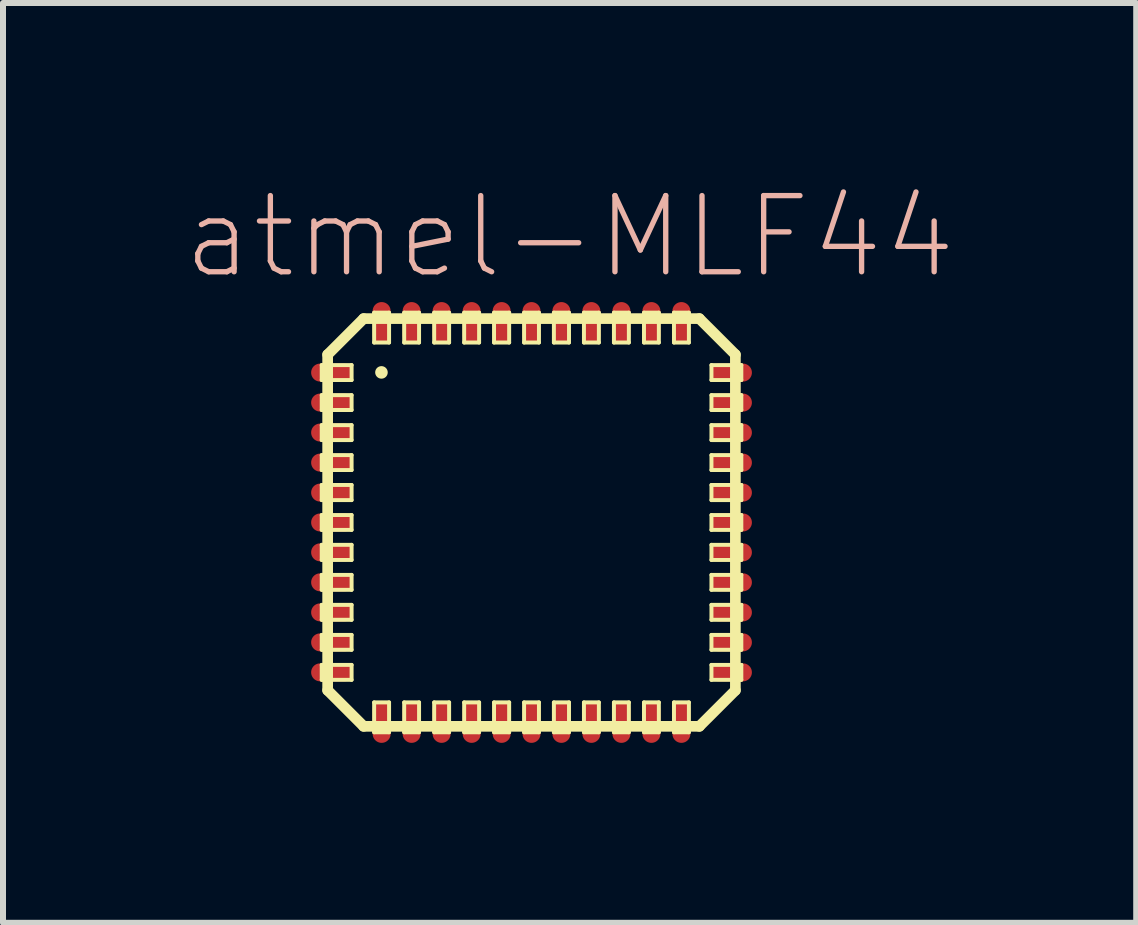
<source format=kicad_pcb>
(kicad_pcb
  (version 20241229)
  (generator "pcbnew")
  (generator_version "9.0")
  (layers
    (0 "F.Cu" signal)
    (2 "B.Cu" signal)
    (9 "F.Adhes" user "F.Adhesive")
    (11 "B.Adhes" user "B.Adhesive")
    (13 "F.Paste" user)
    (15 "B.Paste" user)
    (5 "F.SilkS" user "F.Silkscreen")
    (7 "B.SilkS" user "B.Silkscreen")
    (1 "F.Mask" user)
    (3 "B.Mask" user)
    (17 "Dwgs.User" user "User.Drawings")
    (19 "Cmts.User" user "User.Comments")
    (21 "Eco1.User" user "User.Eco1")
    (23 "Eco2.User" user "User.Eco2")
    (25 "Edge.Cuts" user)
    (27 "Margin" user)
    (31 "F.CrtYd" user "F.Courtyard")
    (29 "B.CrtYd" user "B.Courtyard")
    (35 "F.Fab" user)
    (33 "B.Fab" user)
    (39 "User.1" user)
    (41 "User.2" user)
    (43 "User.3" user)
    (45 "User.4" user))
  (footprint "atmel-MLF44"
    (layer "F.Cu")
    (at 5.812 5.661)
    (property "Reference" "atmel-MLF44" (at 0.635 -4.763 0) (layer "B.SilkS") (effects (font (size 1.27 1.27) (thickness 0.089))))
    (attr smd)
    (fp_line (start -3.498 -2.624) (end -3 -2.624) (stroke (width 0.066) (type solid)) (layer "F.SilkS"))
    (fp_line (start -3.498 -2.375) (end -3.498 -2.624) (stroke (width 0.066) (type solid)) (layer "F.SilkS"))
    (fp_line (start -3.498 -2.375) (end -3 -2.375) (stroke (width 0.066) (type solid)) (layer "F.SilkS"))
    (fp_line (start -3.498 -2.123) (end -3 -2.123) (stroke (width 0.066) (type solid)) (layer "F.SilkS"))
    (fp_line (start -3.498 -1.875) (end -3.498 -2.123) (stroke (width 0.066) (type solid)) (layer "F.SilkS"))
    (fp_line (start -3.498 -1.875) (end -3 -1.875) (stroke (width 0.066) (type solid)) (layer "F.SilkS"))
    (fp_line (start -3.498 -1.623) (end -3 -1.623) (stroke (width 0.066) (type solid)) (layer "F.SilkS"))
    (fp_line (start -3.498 -1.374) (end -3.498 -1.623) (stroke (width 0.066) (type solid)) (layer "F.SilkS"))
    (fp_line (start -3.498 -1.374) (end -3 -1.374) (stroke (width 0.066) (type solid)) (layer "F.SilkS"))
    (fp_line (start -3.498 -1.123) (end -3 -1.123) (stroke (width 0.066) (type solid)) (layer "F.SilkS"))
    (fp_line (start -3.498 -0.874) (end -3.498 -1.123) (stroke (width 0.066) (type solid)) (layer "F.SilkS"))
    (fp_line (start -3.498 -0.874) (end -3 -0.874) (stroke (width 0.066) (type solid)) (layer "F.SilkS"))
    (fp_line (start -3.498 -0.625) (end -3 -0.625) (stroke (width 0.066) (type solid)) (layer "F.SilkS"))
    (fp_line (start -3.498 -0.373) (end -3.498 -0.625) (stroke (width 0.066) (type solid)) (layer "F.SilkS"))
    (fp_line (start -3.498 -0.373) (end -3 -0.373) (stroke (width 0.066) (type solid)) (layer "F.SilkS"))
    (fp_line (start -3.498 -0.124) (end -3 -0.124) (stroke (width 0.066) (type solid)) (layer "F.SilkS"))
    (fp_line (start -3.498 0.124) (end -3.498 -0.124) (stroke (width 0.066) (type solid)) (layer "F.SilkS"))
    (fp_line (start -3.498 0.124) (end -3 0.124) (stroke (width 0.066) (type solid)) (layer "F.SilkS"))
    (fp_line (start -3.498 0.373) (end -3 0.373) (stroke (width 0.066) (type solid)) (layer "F.SilkS"))
    (fp_line (start -3.498 0.625) (end -3.498 0.373) (stroke (width 0.066) (type solid)) (layer "F.SilkS"))
    (fp_line (start -3.498 0.625) (end -3 0.625) (stroke (width 0.066) (type solid)) (layer "F.SilkS"))
    (fp_line (start -3.498 0.874) (end -3 0.874) (stroke (width 0.066) (type solid)) (layer "F.SilkS"))
    (fp_line (start -3.498 1.123) (end -3.498 0.874) (stroke (width 0.066) (type solid)) (layer "F.SilkS"))
    (fp_line (start -3.498 1.123) (end -3 1.123) (stroke (width 0.066) (type solid)) (layer "F.SilkS"))
    (fp_line (start -3.498 1.374) (end -3 1.374) (stroke (width 0.066) (type solid)) (layer "F.SilkS"))
    (fp_line (start -3.498 1.623) (end -3.498 1.374) (stroke (width 0.066) (type solid)) (layer "F.SilkS"))
    (fp_line (start -3.498 1.623) (end -3 1.623) (stroke (width 0.066) (type solid)) (layer "F.SilkS"))
    (fp_line (start -3.498 1.875) (end -3 1.875) (stroke (width 0.066) (type solid)) (layer "F.SilkS"))
    (fp_line (start -3.498 2.123) (end -3.498 1.875) (stroke (width 0.066) (type solid)) (layer "F.SilkS"))
    (fp_line (start -3.498 2.123) (end -3 2.123) (stroke (width 0.066) (type solid)) (layer "F.SilkS"))
    (fp_line (start -3.498 2.375) (end -3 2.375) (stroke (width 0.066) (type solid)) (layer "F.SilkS"))
    (fp_line (start -3.498 2.624) (end -3.498 2.375) (stroke (width 0.066) (type solid)) (layer "F.SilkS"))
    (fp_line (start -3.498 2.624) (end -3 2.624) (stroke (width 0.066) (type solid)) (layer "F.SilkS"))
    (fp_line (start -3.399 -2.799) (end -2.799 -3.399) (stroke (width 0.178) (type solid)) (layer "F.SilkS"))
    (fp_line (start -3.399 2.799) (end -3.399 -2.799) (stroke (width 0.178) (type solid)) (layer "F.SilkS"))
    (fp_line (start -3 -2.375) (end -3 -2.624) (stroke (width 0.066) (type solid)) (layer "F.SilkS"))
    (fp_line (start -3 -1.875) (end -3 -2.123) (stroke (width 0.066) (type solid)) (layer "F.SilkS"))
    (fp_line (start -3 -1.374) (end -3 -1.623) (stroke (width 0.066) (type solid)) (layer "F.SilkS"))
    (fp_line (start -3 -0.874) (end -3 -1.123) (stroke (width 0.066) (type solid)) (layer "F.SilkS"))
    (fp_line (start -3 -0.373) (end -3 -0.625) (stroke (width 0.066) (type solid)) (layer "F.SilkS"))
    (fp_line (start -3 0.124) (end -3 -0.124) (stroke (width 0.066) (type solid)) (layer "F.SilkS"))
    (fp_line (start -3 0.625) (end -3 0.373) (stroke (width 0.066) (type solid)) (layer "F.SilkS"))
    (fp_line (start -3 1.123) (end -3 0.874) (stroke (width 0.066) (type solid)) (layer "F.SilkS"))
    (fp_line (start -3 1.623) (end -3 1.374) (stroke (width 0.066) (type solid)) (layer "F.SilkS"))
    (fp_line (start -3 2.123) (end -3 1.875) (stroke (width 0.066) (type solid)) (layer "F.SilkS"))
    (fp_line (start -3 2.624) (end -3 2.375) (stroke (width 0.066) (type solid)) (layer "F.SilkS"))
    (fp_line (start -2.799 -3.399) (end 2.799 -3.399) (stroke (width 0.178) (type solid)) (layer "F.SilkS"))
    (fp_line (start -2.799 3.399) (end -3.399 2.799) (stroke (width 0.178) (type solid)) (layer "F.SilkS"))
    (fp_line (start -2.624 -3.498) (end -2.375 -3.498) (stroke (width 0.066) (type solid)) (layer "F.SilkS"))
    (fp_line (start -2.624 -3) (end -2.624 -3.498) (stroke (width 0.066) (type solid)) (layer "F.SilkS"))
    (fp_line (start -2.624 -3) (end -2.375 -3) (stroke (width 0.066) (type solid)) (layer "F.SilkS"))
    (fp_line (start -2.624 3) (end -2.375 3) (stroke (width 0.066) (type solid)) (layer "F.SilkS"))
    (fp_line (start -2.624 3.498) (end -2.624 3) (stroke (width 0.066) (type solid)) (layer "F.SilkS"))
    (fp_line (start -2.624 3.498) (end -2.375 3.498) (stroke (width 0.066) (type solid)) (layer "F.SilkS"))
    (fp_line (start -2.375 -3) (end -2.375 -3.498) (stroke (width 0.066) (type solid)) (layer "F.SilkS"))
    (fp_line (start -2.375 3.498) (end -2.375 3) (stroke (width 0.066) (type solid)) (layer "F.SilkS"))
    (fp_line (start -2.123 -3.498) (end -1.875 -3.498) (stroke (width 0.066) (type solid)) (layer "F.SilkS"))
    (fp_line (start -2.123 -3) (end -2.123 -3.498) (stroke (width 0.066) (type solid)) (layer "F.SilkS"))
    (fp_line (start -2.123 -3) (end -1.875 -3) (stroke (width 0.066) (type solid)) (layer "F.SilkS"))
    (fp_line (start -2.123 3) (end -1.875 3) (stroke (width 0.066) (type solid)) (layer "F.SilkS"))
    (fp_line (start -2.123 3.498) (end -2.123 3) (stroke (width 0.066) (type solid)) (layer "F.SilkS"))
    (fp_line (start -2.123 3.498) (end -1.875 3.498) (stroke (width 0.066) (type solid)) (layer "F.SilkS"))
    (fp_line (start -1.875 -3) (end -1.875 -3.498) (stroke (width 0.066) (type solid)) (layer "F.SilkS"))
    (fp_line (start -1.875 3.498) (end -1.875 3) (stroke (width 0.066) (type solid)) (layer "F.SilkS"))
    (fp_line (start -1.623 -3.498) (end -1.374 -3.498) (stroke (width 0.066) (type solid)) (layer "F.SilkS"))
    (fp_line (start -1.623 -3) (end -1.623 -3.498) (stroke (width 0.066) (type solid)) (layer "F.SilkS"))
    (fp_line (start -1.623 -3) (end -1.374 -3) (stroke (width 0.066) (type solid)) (layer "F.SilkS"))
    (fp_line (start -1.623 3) (end -1.374 3) (stroke (width 0.066) (type solid)) (layer "F.SilkS"))
    (fp_line (start -1.623 3.498) (end -1.623 3) (stroke (width 0.066) (type solid)) (layer "F.SilkS"))
    (fp_line (start -1.623 3.498) (end -1.374 3.498) (stroke (width 0.066) (type solid)) (layer "F.SilkS"))
    (fp_line (start -1.374 -3) (end -1.374 -3.498) (stroke (width 0.066) (type solid)) (layer "F.SilkS"))
    (fp_line (start -1.374 3.498) (end -1.374 3) (stroke (width 0.066) (type solid)) (layer "F.SilkS"))
    (fp_line (start -1.123 -3.498) (end -0.874 -3.498) (stroke (width 0.066) (type solid)) (layer "F.SilkS"))
    (fp_line (start -1.123 -3) (end -1.123 -3.498) (stroke (width 0.066) (type solid)) (layer "F.SilkS"))
    (fp_line (start -1.123 -3) (end -0.874 -3) (stroke (width 0.066) (type solid)) (layer "F.SilkS"))
    (fp_line (start -1.123 3) (end -0.874 3) (stroke (width 0.066) (type solid)) (layer "F.SilkS"))
    (fp_line (start -1.123 3.498) (end -1.123 3) (stroke (width 0.066) (type solid)) (layer "F.SilkS"))
    (fp_line (start -1.123 3.498) (end -0.874 3.498) (stroke (width 0.066) (type solid)) (layer "F.SilkS"))
    (fp_line (start -0.874 -3) (end -0.874 -3.498) (stroke (width 0.066) (type solid)) (layer "F.SilkS"))
    (fp_line (start -0.874 3.498) (end -0.874 3) (stroke (width 0.066) (type solid)) (layer "F.SilkS"))
    (fp_line (start -0.625 -3.498) (end -0.373 -3.498) (stroke (width 0.066) (type solid)) (layer "F.SilkS"))
    (fp_line (start -0.625 -3) (end -0.625 -3.498) (stroke (width 0.066) (type solid)) (layer "F.SilkS"))
    (fp_line (start -0.625 -3) (end -0.373 -3) (stroke (width 0.066) (type solid)) (layer "F.SilkS"))
    (fp_line (start -0.625 3) (end -0.373 3) (stroke (width 0.066) (type solid)) (layer "F.SilkS"))
    (fp_line (start -0.625 3.498) (end -0.625 3) (stroke (width 0.066) (type solid)) (layer "F.SilkS"))
    (fp_line (start -0.625 3.498) (end -0.373 3.498) (stroke (width 0.066) (type solid)) (layer "F.SilkS"))
    (fp_line (start -0.373 -3) (end -0.373 -3.498) (stroke (width 0.066) (type solid)) (layer "F.SilkS"))
    (fp_line (start -0.373 3.498) (end -0.373 3) (stroke (width 0.066) (type solid)) (layer "F.SilkS"))
    (fp_line (start -0.124 -3.498) (end 0.124 -3.498) (stroke (width 0.066) (type solid)) (layer "F.SilkS"))
    (fp_line (start -0.124 -3) (end -0.124 -3.498) (stroke (width 0.066) (type solid)) (layer "F.SilkS"))
    (fp_line (start -0.124 -3) (end 0.124 -3) (stroke (width 0.066) (type solid)) (layer "F.SilkS"))
    (fp_line (start -0.124 3) (end 0.124 3) (stroke (width 0.066) (type solid)) (layer "F.SilkS"))
    (fp_line (start -0.124 3.498) (end -0.124 3) (stroke (width 0.066) (type solid)) (layer "F.SilkS"))
    (fp_line (start -0.124 3.498) (end 0.124 3.498) (stroke (width 0.066) (type solid)) (layer "F.SilkS"))
    (fp_line (start 0.124 -3) (end 0.124 -3.498) (stroke (width 0.066) (type solid)) (layer "F.SilkS"))
    (fp_line (start 0.124 3.498) (end 0.124 3) (stroke (width 0.066) (type solid)) (layer "F.SilkS"))
    (fp_line (start 0.373 -3.498) (end 0.625 -3.498) (stroke (width 0.066) (type solid)) (layer "F.SilkS"))
    (fp_line (start 0.373 -3) (end 0.373 -3.498) (stroke (width 0.066) (type solid)) (layer "F.SilkS"))
    (fp_line (start 0.373 -3) (end 0.625 -3) (stroke (width 0.066) (type solid)) (layer "F.SilkS"))
    (fp_line (start 0.373 3) (end 0.625 3) (stroke (width 0.066) (type solid)) (layer "F.SilkS"))
    (fp_line (start 0.373 3.498) (end 0.373 3) (stroke (width 0.066) (type solid)) (layer "F.SilkS"))
    (fp_line (start 0.373 3.498) (end 0.625 3.498) (stroke (width 0.066) (type solid)) (layer "F.SilkS"))
    (fp_line (start 0.625 -3) (end 0.625 -3.498) (stroke (width 0.066) (type solid)) (layer "F.SilkS"))
    (fp_line (start 0.625 3.498) (end 0.625 3) (stroke (width 0.066) (type solid)) (layer "F.SilkS"))
    (fp_line (start 0.874 -3.498) (end 1.123 -3.498) (stroke (width 0.066) (type solid)) (layer "F.SilkS"))
    (fp_line (start 0.874 -3) (end 0.874 -3.498) (stroke (width 0.066) (type solid)) (layer "F.SilkS"))
    (fp_line (start 0.874 -3) (end 1.123 -3) (stroke (width 0.066) (type solid)) (layer "F.SilkS"))
    (fp_line (start 0.874 3) (end 1.123 3) (stroke (width 0.066) (type solid)) (layer "F.SilkS"))
    (fp_line (start 0.874 3.498) (end 0.874 3) (stroke (width 0.066) (type solid)) (layer "F.SilkS"))
    (fp_line (start 0.874 3.498) (end 1.123 3.498) (stroke (width 0.066) (type solid)) (layer "F.SilkS"))
    (fp_line (start 1.123 -3) (end 1.123 -3.498) (stroke (width 0.066) (type solid)) (layer "F.SilkS"))
    (fp_line (start 1.123 3.498) (end 1.123 3) (stroke (width 0.066) (type solid)) (layer "F.SilkS"))
    (fp_line (start 1.374 -3.498) (end 1.623 -3.498) (stroke (width 0.066) (type solid)) (layer "F.SilkS"))
    (fp_line (start 1.374 -3) (end 1.374 -3.498) (stroke (width 0.066) (type solid)) (layer "F.SilkS"))
    (fp_line (start 1.374 -3) (end 1.623 -3) (stroke (width 0.066) (type solid)) (layer "F.SilkS"))
    (fp_line (start 1.374 3) (end 1.623 3) (stroke (width 0.066) (type solid)) (layer "F.SilkS"))
    (fp_line (start 1.374 3.498) (end 1.374 3) (stroke (width 0.066) (type solid)) (layer "F.SilkS"))
    (fp_line (start 1.374 3.498) (end 1.623 3.498) (stroke (width 0.066) (type solid)) (layer "F.SilkS"))
    (fp_line (start 1.623 -3) (end 1.623 -3.498) (stroke (width 0.066) (type solid)) (layer "F.SilkS"))
    (fp_line (start 1.623 3.498) (end 1.623 3) (stroke (width 0.066) (type solid)) (layer "F.SilkS"))
    (fp_line (start 1.875 -3.498) (end 2.123 -3.498) (stroke (width 0.066) (type solid)) (layer "F.SilkS"))
    (fp_line (start 1.875 -3) (end 1.875 -3.498) (stroke (width 0.066) (type solid)) (layer "F.SilkS"))
    (fp_line (start 1.875 -3) (end 2.123 -3) (stroke (width 0.066) (type solid)) (layer "F.SilkS"))
    (fp_line (start 1.875 3) (end 2.123 3) (stroke (width 0.066) (type solid)) (layer "F.SilkS"))
    (fp_line (start 1.875 3.498) (end 1.875 3) (stroke (width 0.066) (type solid)) (layer "F.SilkS"))
    (fp_line (start 1.875 3.498) (end 2.123 3.498) (stroke (width 0.066) (type solid)) (layer "F.SilkS"))
    (fp_line (start 2.123 -3) (end 2.123 -3.498) (stroke (width 0.066) (type solid)) (layer "F.SilkS"))
    (fp_line (start 2.123 3.498) (end 2.123 3) (stroke (width 0.066) (type solid)) (layer "F.SilkS"))
    (fp_line (start 2.375 -3.498) (end 2.624 -3.498) (stroke (width 0.066) (type solid)) (layer "F.SilkS"))
    (fp_line (start 2.375 -3) (end 2.375 -3.498) (stroke (width 0.066) (type solid)) (layer "F.SilkS"))
    (fp_line (start 2.375 -3) (end 2.624 -3) (stroke (width 0.066) (type solid)) (layer "F.SilkS"))
    (fp_line (start 2.375 3) (end 2.624 3) (stroke (width 0.066) (type solid)) (layer "F.SilkS"))
    (fp_line (start 2.375 3.498) (end 2.375 3) (stroke (width 0.066) (type solid)) (layer "F.SilkS"))
    (fp_line (start 2.375 3.498) (end 2.624 3.498) (stroke (width 0.066) (type solid)) (layer "F.SilkS"))
    (fp_line (start 2.624 -3) (end 2.624 -3.498) (stroke (width 0.066) (type solid)) (layer "F.SilkS"))
    (fp_line (start 2.624 3.498) (end 2.624 3) (stroke (width 0.066) (type solid)) (layer "F.SilkS"))
    (fp_line (start 2.799 -3.399) (end 3.399 -2.799) (stroke (width 0.178) (type solid)) (layer "F.SilkS"))
    (fp_line (start 2.799 3.399) (end -2.799 3.399) (stroke (width 0.178) (type solid)) (layer "F.SilkS"))
    (fp_line (start 3 -2.624) (end 3.498 -2.624) (stroke (width 0.066) (type solid)) (layer "F.SilkS"))
    (fp_line (start 3 -2.375) (end 3 -2.624) (stroke (width 0.066) (type solid)) (layer "F.SilkS"))
    (fp_line (start 3 -2.375) (end 3.498 -2.375) (stroke (width 0.066) (type solid)) (layer "F.SilkS"))
    (fp_line (start 3 -2.123) (end 3.498 -2.123) (stroke (width 0.066) (type solid)) (layer "F.SilkS"))
    (fp_line (start 3 -1.875) (end 3 -2.123) (stroke (width 0.066) (type solid)) (layer "F.SilkS"))
    (fp_line (start 3 -1.875) (end 3.498 -1.875) (stroke (width 0.066) (type solid)) (layer "F.SilkS"))
    (fp_line (start 3 -1.623) (end 3.498 -1.623) (stroke (width 0.066) (type solid)) (layer "F.SilkS"))
    (fp_line (start 3 -1.374) (end 3 -1.623) (stroke (width 0.066) (type solid)) (layer "F.SilkS"))
    (fp_line (start 3 -1.374) (end 3.498 -1.374) (stroke (width 0.066) (type solid)) (layer "F.SilkS"))
    (fp_line (start 3 -1.123) (end 3.498 -1.123) (stroke (width 0.066) (type solid)) (layer "F.SilkS"))
    (fp_line (start 3 -0.874) (end 3 -1.123) (stroke (width 0.066) (type solid)) (layer "F.SilkS"))
    (fp_line (start 3 -0.874) (end 3.498 -0.874) (stroke (width 0.066) (type solid)) (layer "F.SilkS"))
    (fp_line (start 3 -0.625) (end 3.498 -0.625) (stroke (width 0.066) (type solid)) (layer "F.SilkS"))
    (fp_line (start 3 -0.373) (end 3 -0.625) (stroke (width 0.066) (type solid)) (layer "F.SilkS"))
    (fp_line (start 3 -0.373) (end 3.498 -0.373) (stroke (width 0.066) (type solid)) (layer "F.SilkS"))
    (fp_line (start 3 -0.124) (end 3.498 -0.124) (stroke (width 0.066) (type solid)) (layer "F.SilkS"))
    (fp_line (start 3 0.124) (end 3 -0.124) (stroke (width 0.066) (type solid)) (layer "F.SilkS"))
    (fp_line (start 3 0.124) (end 3.498 0.124) (stroke (width 0.066) (type solid)) (layer "F.SilkS"))
    (fp_line (start 3 0.373) (end 3.498 0.373) (stroke (width 0.066) (type solid)) (layer "F.SilkS"))
    (fp_line (start 3 0.625) (end 3 0.373) (stroke (width 0.066) (type solid)) (layer "F.SilkS"))
    (fp_line (start 3 0.625) (end 3.498 0.625) (stroke (width 0.066) (type solid)) (layer "F.SilkS"))
    (fp_line (start 3 0.874) (end 3.498 0.874) (stroke (width 0.066) (type solid)) (layer "F.SilkS"))
    (fp_line (start 3 1.123) (end 3 0.874) (stroke (width 0.066) (type solid)) (layer "F.SilkS"))
    (fp_line (start 3 1.123) (end 3.498 1.123) (stroke (width 0.066) (type solid)) (layer "F.SilkS"))
    (fp_line (start 3 1.374) (end 3.498 1.374) (stroke (width 0.066) (type solid)) (layer "F.SilkS"))
    (fp_line (start 3 1.623) (end 3 1.374) (stroke (width 0.066) (type solid)) (layer "F.SilkS"))
    (fp_line (start 3 1.623) (end 3.498 1.623) (stroke (width 0.066) (type solid)) (layer "F.SilkS"))
    (fp_line (start 3 1.875) (end 3.498 1.875) (stroke (width 0.066) (type solid)) (layer "F.SilkS"))
    (fp_line (start 3 2.123) (end 3 1.875) (stroke (width 0.066) (type solid)) (layer "F.SilkS"))
    (fp_line (start 3 2.123) (end 3.498 2.123) (stroke (width 0.066) (type solid)) (layer "F.SilkS"))
    (fp_line (start 3 2.375) (end 3.498 2.375) (stroke (width 0.066) (type solid)) (layer "F.SilkS"))
    (fp_line (start 3 2.624) (end 3 2.375) (stroke (width 0.066) (type solid)) (layer "F.SilkS"))
    (fp_line (start 3 2.624) (end 3.498 2.624) (stroke (width 0.066) (type solid)) (layer "F.SilkS"))
    (fp_line (start 3.399 -2.799) (end 3.399 2.799) (stroke (width 0.178) (type solid)) (layer "F.SilkS"))
    (fp_line (start 3.399 2.799) (end 2.799 3.399) (stroke (width 0.178) (type solid)) (layer "F.SilkS"))
    (fp_line (start 3.498 -2.375) (end 3.498 -2.624) (stroke (width 0.066) (type solid)) (layer "F.SilkS"))
    (fp_line (start 3.498 -1.875) (end 3.498 -2.123) (stroke (width 0.066) (type solid)) (layer "F.SilkS"))
    (fp_line (start 3.498 -1.374) (end 3.498 -1.623) (stroke (width 0.066) (type solid)) (layer "F.SilkS"))
    (fp_line (start 3.498 -0.874) (end 3.498 -1.123) (stroke (width 0.066) (type solid)) (layer "F.SilkS"))
    (fp_line (start 3.498 -0.373) (end 3.498 -0.625) (stroke (width 0.066) (type solid)) (layer "F.SilkS"))
    (fp_line (start 3.498 0.124) (end 3.498 -0.124) (stroke (width 0.066) (type solid)) (layer "F.SilkS"))
    (fp_line (start 3.498 0.625) (end 3.498 0.373) (stroke (width 0.066) (type solid)) (layer "F.SilkS"))
    (fp_line (start 3.498 1.123) (end 3.498 0.874) (stroke (width 0.066) (type solid)) (layer "F.SilkS"))
    (fp_line (start 3.498 1.623) (end 3.498 1.374) (stroke (width 0.066) (type solid)) (layer "F.SilkS"))
    (fp_line (start 3.498 2.123) (end 3.498 1.875) (stroke (width 0.066) (type solid)) (layer "F.SilkS"))
    (fp_line (start 3.498 2.624) (end 3.498 2.375) (stroke (width 0.066) (type solid)) (layer "F.SilkS"))
    (fp_circle (center -2.502 -2.502) (end -2.576 -2.576) (stroke (width 0) (type solid)) (fill yes) (layer "F.SilkS"))
    (pad "1" smd oval (at -3.325 -2.499) (size 0.699 0.3) (layers "F.Cu" "F.Mask" "F.Paste"))
    (pad "2" smd oval (at -3.325 -1.999) (size 0.699 0.3) (layers "F.Cu" "F.Mask" "F.Paste"))
    (pad "3" smd oval (at -3.325 -1.499) (size 0.699 0.3) (layers "F.Cu" "F.Mask" "F.Paste"))
    (pad "4" smd oval (at -3.325 -0.998) (size 0.699 0.3) (layers "F.Cu" "F.Mask" "F.Paste"))
    (pad "5" smd oval (at -3.325 -0.498) (size 0.699 0.3) (layers "F.Cu" "F.Mask" "F.Paste"))
    (pad "6" smd oval (at -3.325 0) (size 0.699 0.3) (layers "F.Cu" "F.Mask" "F.Paste"))
    (pad "7" smd oval (at -3.325 0.498) (size 0.699 0.3) (layers "F.Cu" "F.Mask" "F.Paste"))
    (pad "8" smd oval (at -3.325 0.998) (size 0.699 0.3) (layers "F.Cu" "F.Mask" "F.Paste"))
    (pad "9" smd oval (at -3.325 1.499) (size 0.699 0.3) (layers "F.Cu" "F.Mask" "F.Paste"))
    (pad "10" smd oval (at -3.325 1.999) (size 0.699 0.3) (layers "F.Cu" "F.Mask" "F.Paste"))
    (pad "11" smd oval (at -3.325 2.499) (size 0.699 0.3) (layers "F.Cu" "F.Mask" "F.Paste"))
    (pad "12" smd oval (at -2.499 3.325) (size 0.3 0.699) (layers "F.Cu" "F.Mask" "F.Paste"))
    (pad "13" smd oval (at -1.999 3.325) (size 0.3 0.699) (layers "F.Cu" "F.Mask" "F.Paste"))
    (pad "14" smd oval (at -1.499 3.325) (size 0.3 0.699) (layers "F.Cu" "F.Mask" "F.Paste"))
    (pad "15" smd oval (at -0.998 3.325) (size 0.3 0.699) (layers "F.Cu" "F.Mask" "F.Paste"))
    (pad "16" smd oval (at -0.498 3.325) (size 0.3 0.699) (layers "F.Cu" "F.Mask" "F.Paste"))
    (pad "17" smd oval (at 0 3.325) (size 0.3 0.699) (layers "F.Cu" "F.Mask" "F.Paste"))
    (pad "18" smd oval (at 0.498 3.325) (size 0.3 0.699) (layers "F.Cu" "F.Mask" "F.Paste"))
    (pad "19" smd oval (at 0.998 3.325) (size 0.3 0.699) (layers "F.Cu" "F.Mask" "F.Paste"))
    (pad "20" smd oval (at 1.499 3.325) (size 0.3 0.699) (layers "F.Cu" "F.Mask" "F.Paste"))
    (pad "21" smd oval (at 1.999 3.325) (size 0.3 0.699) (layers "F.Cu" "F.Mask" "F.Paste"))
    (pad "22" smd oval (at 2.499 3.325) (size 0.3 0.699) (layers "F.Cu" "F.Mask" "F.Paste"))
    (pad "23" smd oval (at 3.325 2.499) (size 0.699 0.3) (layers "F.Cu" "F.Mask" "F.Paste"))
    (pad "24" smd oval (at 3.325 1.999) (size 0.699 0.3) (layers "F.Cu" "F.Mask" "F.Paste"))
    (pad "25" smd oval (at 3.325 1.499) (size 0.699 0.3) (layers "F.Cu" "F.Mask" "F.Paste"))
    (pad "26" smd oval (at 3.325 0.998) (size 0.699 0.3) (layers "F.Cu" "F.Mask" "F.Paste"))
    (pad "27" smd oval (at 3.325 0.498) (size 0.699 0.3) (layers "F.Cu" "F.Mask" "F.Paste"))
    (pad "28" smd oval (at 3.325 0) (size 0.699 0.3) (layers "F.Cu" "F.Mask" "F.Paste"))
    (pad "29" smd oval (at 3.325 -0.498) (size 0.699 0.3) (layers "F.Cu" "F.Mask" "F.Paste"))
    (pad "30" smd oval (at 3.325 -0.998) (size 0.699 0.3) (layers "F.Cu" "F.Mask" "F.Paste"))
    (pad "31" smd oval (at 3.325 -1.499) (size 0.699 0.3) (layers "F.Cu" "F.Mask" "F.Paste"))
    (pad "32" smd oval (at 3.325 -1.999) (size 0.699 0.3) (layers "F.Cu" "F.Mask" "F.Paste"))
    (pad "33" smd oval (at 3.325 -2.499) (size 0.699 0.3) (layers "F.Cu" "F.Mask" "F.Paste"))
    (pad "34" smd oval (at 2.499 -3.325) (size 0.3 0.699) (layers "F.Cu" "F.Mask" "F.Paste"))
    (pad "35" smd oval (at 1.999 -3.325) (size 0.3 0.699) (layers "F.Cu" "F.Mask" "F.Paste"))
    (pad "36" smd oval (at 1.499 -3.325) (size 0.3 0.699) (layers "F.Cu" "F.Mask" "F.Paste"))
    (pad "37" smd oval (at 0.998 -3.325) (size 0.3 0.699) (layers "F.Cu" "F.Mask" "F.Paste"))
    (pad "38" smd oval (at 0.498 -3.325) (size 0.3 0.699) (layers "F.Cu" "F.Mask" "F.Paste"))
    (pad "39" smd oval (at 0 -3.325) (size 0.3 0.699) (layers "F.Cu" "F.Mask" "F.Paste"))
    (pad "40" smd oval (at -0.498 -3.325) (size 0.3 0.699) (layers "F.Cu" "F.Mask" "F.Paste"))
    (pad "41" smd oval (at -0.998 -3.325) (size 0.3 0.699) (layers "F.Cu" "F.Mask" "F.Paste"))
    (pad "42" smd oval (at -1.499 -3.325) (size 0.3 0.699) (layers "F.Cu" "F.Mask" "F.Paste"))
    (pad "43" smd oval (at -1.999 -3.325) (size 0.3 0.699) (layers "F.Cu" "F.Mask" "F.Paste"))
    (pad "44" smd oval (at -2.499 -3.325) (size 0.3 0.699) (layers "F.Cu" "F.Mask" "F.Paste")))
  (gr_rect
    (start -3 -3)
    (end 15.894 12.336)
    (stroke (width 0.1) (type default))
    (fill no)
    (layer "Edge.Cuts")))
</source>
